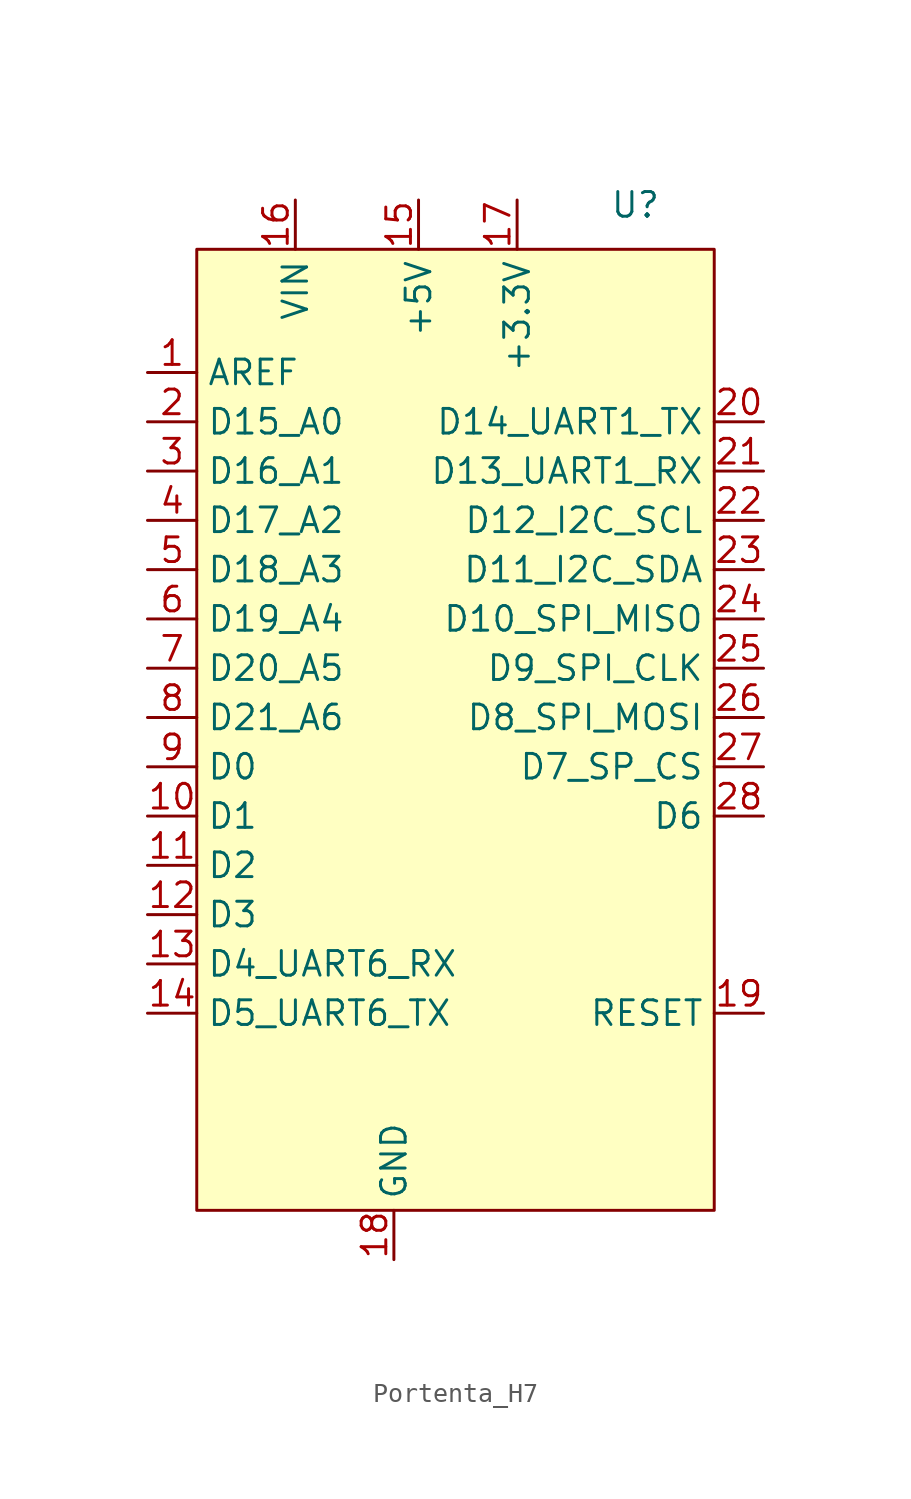
<source format=kicad_sym>
(kicad_symbol_lib
  (version 20231120)
  (generator "kicad_symbol_editor")
  (generator_version "8.0")
  (symbol "Portenta_H7"
    (property "Reference" "U"
      (at 8.636 22.606 0)
      (effects (font (size 1.27 1.27))))
    (property "Value" ""
      (at -10.16 19.05 0)
      (effects (font (size 1.27 1.27))))
    (symbol "Portenta_H7_1_0"
      (pin power_out line (at 2.54 22.86 270) (length 2.54) (name "+3.3V" (effects (font (size 1.27 1.27)))) (number "17" (effects (font (size 1.27 1.27))))))
    (symbol "Portenta_H7_1_1"
      (rectangle (start -13.97 20.32) (end 12.7 -29.21) (stroke (width 0) (type default)) (fill (type background)))
      (pin input line (at -16.51 13.97 0) (length 2.54) (name "AREF" (effects (font (size 1.27 1.27)))) (number "1" (effects (font (size 1.27 1.27)))))
      (pin bidirectional line (at -16.51 -8.89 0) (length 2.54) (name "D1" (effects (font (size 1.27 1.27)))) (number "10" (effects (font (size 1.27 1.27)))))
      (pin bidirectional line (at -16.51 -11.43 0) (length 2.54) (name "D2" (effects (font (size 1.27 1.27)))) (number "11" (effects (font (size 1.27 1.27)))))
      (pin bidirectional line (at -16.51 -13.97 0) (length 2.54) (name "D3" (effects (font (size 1.27 1.27)))) (number "12" (effects (font (size 1.27 1.27)))))
      (pin bidirectional line (at -16.51 -16.51 0) (length 2.54) (name "D4_UART6_RX" (effects (font (size 1.27 1.27)))) (number "13" (effects (font (size 1.27 1.27)))))
      (pin bidirectional line (at -16.51 -19.05 0) (length 2.54) (name "D5_UART6_TX" (effects (font (size 1.27 1.27)))) (number "14" (effects (font (size 1.27 1.27)))))
      (pin power_out line (at -2.54 22.86 270) (length 2.54) (name "+5V" (effects (font (size 1.27 1.27)))) (number "15" (effects (font (size 1.27 1.27)))))
      (pin input line (at -8.89 22.86 270) (length 2.54) (name "VIN" (effects (font (size 1.27 1.27)))) (number "16" (effects (font (size 1.27 1.27)))))
      (pin power_in line (at -3.81 -31.75 90) (length 2.54) (name "GND" (effects (font (size 1.27 1.27)))) (number "18" (effects (font (size 1.27 1.27)))))
      (pin input line (at 15.24 -19.05 180) (length 2.54) (name "RESET" (effects (font (size 1.27 1.27)))) (number "19" (effects (font (size 1.27 1.27)))))
      (pin bidirectional line (at -16.51 11.43 0) (length 2.54) (name "D15_A0" (effects (font (size 1.27 1.27)))) (number "2" (effects (font (size 1.27 1.27)))))
      (pin bidirectional line (at 15.24 11.43 180) (length 2.54) (name "D14_UART1_TX" (effects (font (size 1.27 1.27)))) (number "20" (effects (font (size 1.27 1.27)))))
      (pin bidirectional line (at 15.24 8.89 180) (length 2.54) (name "D13_UART1_RX" (effects (font (size 1.27 1.27)))) (number "21" (effects (font (size 1.27 1.27)))))
      (pin bidirectional line (at 15.24 6.35 180) (length 2.54) (name "D12_I2C_SCL" (effects (font (size 1.27 1.27)))) (number "22" (effects (font (size 1.27 1.27)))))
      (pin bidirectional line (at 15.24 3.81 180) (length 2.54) (name "D11_I2C_SDA" (effects (font (size 1.27 1.27)))) (number "23" (effects (font (size 1.27 1.27)))))
      (pin bidirectional line (at 15.24 1.27 180) (length 2.54) (name "D10_SPI_MISO" (effects (font (size 1.27 1.27)))) (number "24" (effects (font (size 1.27 1.27)))))
      (pin bidirectional line (at 15.24 -1.27 180) (length 2.54) (name "D9_SPI_CLK" (effects (font (size 1.27 1.27)))) (number "25" (effects (font (size 1.27 1.27)))))
      (pin bidirectional line (at 15.24 -3.81 180) (length 2.54) (name "D8_SPI_MOSI" (effects (font (size 1.27 1.27)))) (number "26" (effects (font (size 1.27 1.27)))))
      (pin bidirectional line (at 15.24 -6.35 180) (length 2.54) (name "D7_SP_CS" (effects (font (size 1.27 1.27)))) (number "27" (effects (font (size 1.27 1.27)))))
      (pin bidirectional line (at 15.24 -8.89 180) (length 2.54) (name "D6" (effects (font (size 1.27 1.27)))) (number "28" (effects (font (size 1.27 1.27)))))
      (pin bidirectional line (at -16.51 8.89 0) (length 2.54) (name "D16_A1" (effects (font (size 1.27 1.27)))) (number "3" (effects (font (size 1.27 1.27)))))
      (pin bidirectional line (at -16.51 6.35 0) (length 2.54) (name "D17_A2" (effects (font (size 1.27 1.27)))) (number "4" (effects (font (size 1.27 1.27)))))
      (pin bidirectional line (at -16.51 3.81 0) (length 2.54) (name "D18_A3" (effects (font (size 1.27 1.27)))) (number "5" (effects (font (size 1.27 1.27)))))
      (pin bidirectional line (at -16.51 1.27 0) (length 2.54) (name "D19_A4" (effects (font (size 1.27 1.27)))) (number "6" (effects (font (size 1.27 1.27)))))
      (pin bidirectional line (at -16.51 -1.27 0) (length 2.54) (name "D20_A5" (effects (font (size 1.27 1.27)))) (number "7" (effects (font (size 1.27 1.27)))))
      (pin bidirectional line (at -16.51 -3.81 0) (length 2.54) (name "D21_A6" (effects (font (size 1.27 1.27)))) (number "8" (effects (font (size 1.27 1.27)))))
      (pin bidirectional line (at -16.51 -6.35 0) (length 2.54) (name "D0" (effects (font (size 1.27 1.27)))) (number "9" (effects (font (size 1.27 1.27))))))))
</source>
